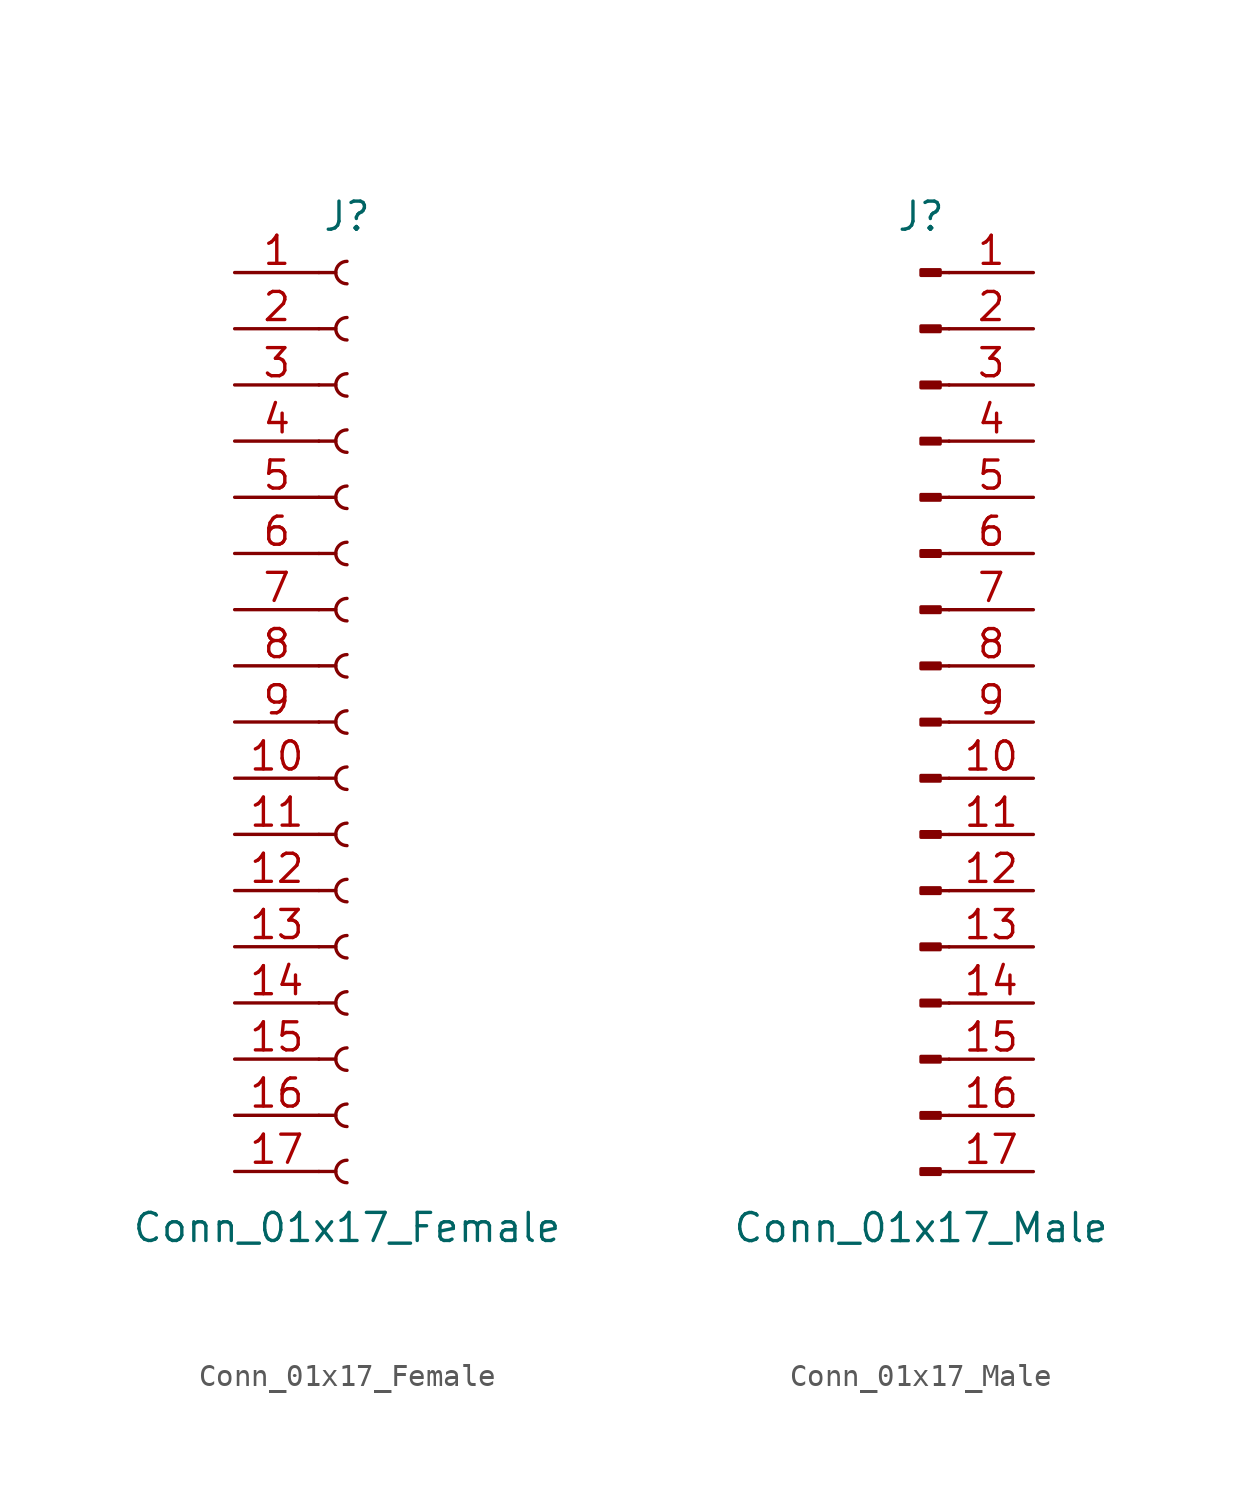
<source format=kicad_sym>
(kicad_symbol_lib
  (version 20220914)
  (generator kicad_symbol_editor)
  (symbol "Conn_01x17_Female"
    (pin_names
      (offset 1.016) hide)
    (property "Reference" "J"
      (at 0 22.86 0)
      (effects (font (size 1.27 1.27))))
    (property "Value" "Conn_01x17_Female"
      (at 0 -22.86 0)
      (effects (font (size 1.27 1.27))))
    (symbol "Conn_01x17_Female_1_1"
      (arc (start 0 -19.812) (mid -0.5058 -20.32) (end 0 -20.828) (stroke (width 0.1524) (type solid)) (fill (type none)))
      (arc (start 0 -17.272) (mid -0.5058 -17.78) (end 0 -18.288) (stroke (width 0.1524) (type solid)) (fill (type none)))
      (arc (start 0 -14.732) (mid -0.5058 -15.24) (end 0 -15.748) (stroke (width 0.1524) (type solid)) (fill (type none)))
      (arc (start 0 -12.192) (mid -0.5058 -12.7) (end 0 -13.208) (stroke (width 0.1524) (type solid)) (fill (type none)))
      (arc (start 0 -9.652) (mid -0.5058 -10.16) (end 0 -10.668) (stroke (width 0.1524) (type solid)) (fill (type none)))
      (arc (start 0 -7.112) (mid -0.5058 -7.62) (end 0 -8.128) (stroke (width 0.1524) (type solid)) (fill (type none)))
      (arc (start 0 -4.572) (mid -0.5058 -5.08) (end 0 -5.588) (stroke (width 0.1524) (type solid)) (fill (type none)))
      (arc (start 0 -2.032) (mid -0.5058 -2.54) (end 0 -3.048) (stroke (width 0.1524) (type solid)) (fill (type none)))
      (polyline (pts (xy -1.27 -20.32) (xy -0.508 -20.32)) (stroke (width 0.152) (type solid)) (fill (type none)))
      (polyline (pts (xy -1.27 -17.78) (xy -0.508 -17.78)) (stroke (width 0.152) (type solid)) (fill (type none)))
      (polyline (pts (xy -1.27 -15.24) (xy -0.508 -15.24)) (stroke (width 0.152) (type solid)) (fill (type none)))
      (polyline (pts (xy -1.27 -12.7) (xy -0.508 -12.7)) (stroke (width 0.152) (type solid)) (fill (type none)))
      (polyline (pts (xy -1.27 -10.16) (xy -0.508 -10.16)) (stroke (width 0.152) (type solid)) (fill (type none)))
      (polyline (pts (xy -1.27 -7.62) (xy -0.508 -7.62)) (stroke (width 0.152) (type solid)) (fill (type none)))
      (polyline (pts (xy -1.27 -5.08) (xy -0.508 -5.08)) (stroke (width 0.152) (type solid)) (fill (type none)))
      (polyline (pts (xy -1.27 -2.54) (xy -0.508 -2.54)) (stroke (width 0.152) (type solid)) (fill (type none)))
      (polyline (pts (xy -1.27 0) (xy -0.508 0)) (stroke (width 0.152) (type solid)) (fill (type none)))
      (polyline (pts (xy -1.27 2.54) (xy -0.508 2.54)) (stroke (width 0.152) (type solid)) (fill (type none)))
      (polyline (pts (xy -1.27 5.08) (xy -0.508 5.08)) (stroke (width 0.152) (type solid)) (fill (type none)))
      (polyline (pts (xy -1.27 7.62) (xy -0.508 7.62)) (stroke (width 0.152) (type solid)) (fill (type none)))
      (polyline (pts (xy -1.27 10.16) (xy -0.508 10.16)) (stroke (width 0.152) (type solid)) (fill (type none)))
      (polyline (pts (xy -1.27 12.7) (xy -0.508 12.7)) (stroke (width 0.152) (type solid)) (fill (type none)))
      (polyline (pts (xy -1.27 15.24) (xy -0.508 15.24)) (stroke (width 0.152) (type solid)) (fill (type none)))
      (polyline (pts (xy -1.27 17.78) (xy -0.508 17.78)) (stroke (width 0.152) (type solid)) (fill (type none)))
      (polyline (pts (xy -1.27 20.32) (xy -0.508 20.32)) (stroke (width 0.152) (type solid)) (fill (type none)))
      (arc (start 0 0.508) (mid -0.5058 0) (end 0 -0.508) (stroke (width 0.1524) (type solid)) (fill (type none)))
      (arc (start 0 3.048) (mid -0.5058 2.54) (end 0 2.032) (stroke (width 0.1524) (type solid)) (fill (type none)))
      (arc (start 0 5.588) (mid -0.5058 5.08) (end 0 4.572) (stroke (width 0.1524) (type solid)) (fill (type none)))
      (arc (start 0 8.128) (mid -0.5058 7.62) (end 0 7.112) (stroke (width 0.1524) (type solid)) (fill (type none)))
      (arc (start 0 10.668) (mid -0.5058 10.16) (end 0 9.652) (stroke (width 0.1524) (type solid)) (fill (type none)))
      (arc (start 0 13.208) (mid -0.5058 12.7) (end 0 12.192) (stroke (width 0.1524) (type solid)) (fill (type none)))
      (arc (start 0 15.748) (mid -0.5058 15.24) (end 0 14.732) (stroke (width 0.1524) (type solid)) (fill (type none)))
      (arc (start 0 18.288) (mid -0.5058 17.78) (end 0 17.272) (stroke (width 0.1524) (type solid)) (fill (type none)))
      (arc (start 0 20.828) (mid -0.5058 20.32) (end 0 19.812) (stroke (width 0.1524) (type solid)) (fill (type none)))
      (pin passive line (at -5.08 20.32 0) (length 3.81) (name "Pin_1" (effects (font (size 1.27 1.27)))) (number "1" (effects (font (size 1.27 1.27)))))
      (pin passive line (at -5.08 -2.54 0) (length 3.81) (name "Pin_10" (effects (font (size 1.27 1.27)))) (number "10" (effects (font (size 1.27 1.27)))))
      (pin passive line (at -5.08 -5.08 0) (length 3.81) (name "Pin_11" (effects (font (size 1.27 1.27)))) (number "11" (effects (font (size 1.27 1.27)))))
      (pin passive line (at -5.08 -7.62 0) (length 3.81) (name "Pin_12" (effects (font (size 1.27 1.27)))) (number "12" (effects (font (size 1.27 1.27)))))
      (pin passive line (at -5.08 -10.16 0) (length 3.81) (name "Pin_13" (effects (font (size 1.27 1.27)))) (number "13" (effects (font (size 1.27 1.27)))))
      (pin passive line (at -5.08 -12.7 0) (length 3.81) (name "Pin_14" (effects (font (size 1.27 1.27)))) (number "14" (effects (font (size 1.27 1.27)))))
      (pin passive line (at -5.08 -15.24 0) (length 3.81) (name "Pin_15" (effects (font (size 1.27 1.27)))) (number "15" (effects (font (size 1.27 1.27)))))
      (pin passive line (at -5.08 -17.78 0) (length 3.81) (name "Pin_16" (effects (font (size 1.27 1.27)))) (number "16" (effects (font (size 1.27 1.27)))))
      (pin passive line (at -5.08 -20.32 0) (length 3.81) (name "Pin_17" (effects (font (size 1.27 1.27)))) (number "17" (effects (font (size 1.27 1.27)))))
      (pin passive line (at -5.08 17.78 0) (length 3.81) (name "Pin_2" (effects (font (size 1.27 1.27)))) (number "2" (effects (font (size 1.27 1.27)))))
      (pin passive line (at -5.08 15.24 0) (length 3.81) (name "Pin_3" (effects (font (size 1.27 1.27)))) (number "3" (effects (font (size 1.27 1.27)))))
      (pin passive line (at -5.08 12.7 0) (length 3.81) (name "Pin_4" (effects (font (size 1.27 1.27)))) (number "4" (effects (font (size 1.27 1.27)))))
      (pin passive line (at -5.08 10.16 0) (length 3.81) (name "Pin_5" (effects (font (size 1.27 1.27)))) (number "5" (effects (font (size 1.27 1.27)))))
      (pin passive line (at -5.08 7.62 0) (length 3.81) (name "Pin_6" (effects (font (size 1.27 1.27)))) (number "6" (effects (font (size 1.27 1.27)))))
      (pin passive line (at -5.08 5.08 0) (length 3.81) (name "Pin_7" (effects (font (size 1.27 1.27)))) (number "7" (effects (font (size 1.27 1.27)))))
      (pin passive line (at -5.08 2.54 0) (length 3.81) (name "Pin_8" (effects (font (size 1.27 1.27)))) (number "8" (effects (font (size 1.27 1.27)))))
      (pin passive line (at -5.08 0 0) (length 3.81) (name "Pin_9" (effects (font (size 1.27 1.27)))) (number "9" (effects (font (size 1.27 1.27)))))))
  (symbol "Conn_01x17_Male"
    (pin_names
      (offset 1.016) hide)
    (property "Reference" "J"
      (at 0 22.86 0)
      (effects (font (size 1.27 1.27))))
    (property "Value" "Conn_01x17_Male"
      (at 0 -22.86 0)
      (effects (font (size 1.27 1.27))))
    (symbol "Conn_01x17_Male_1_1"
      (polyline (pts (xy 1.27 -20.32) (xy 0.864 -20.32)) (stroke (width 0.152) (type solid)) (fill (type none)))
      (polyline (pts (xy 1.27 -17.78) (xy 0.864 -17.78)) (stroke (width 0.152) (type solid)) (fill (type none)))
      (polyline (pts (xy 1.27 -15.24) (xy 0.864 -15.24)) (stroke (width 0.152) (type solid)) (fill (type none)))
      (polyline (pts (xy 1.27 -12.7) (xy 0.864 -12.7)) (stroke (width 0.152) (type solid)) (fill (type none)))
      (polyline (pts (xy 1.27 -10.16) (xy 0.864 -10.16)) (stroke (width 0.152) (type solid)) (fill (type none)))
      (polyline (pts (xy 1.27 -7.62) (xy 0.864 -7.62)) (stroke (width 0.152) (type solid)) (fill (type none)))
      (polyline (pts (xy 1.27 -5.08) (xy 0.864 -5.08)) (stroke (width 0.152) (type solid)) (fill (type none)))
      (polyline (pts (xy 1.27 -2.54) (xy 0.864 -2.54)) (stroke (width 0.152) (type solid)) (fill (type none)))
      (polyline (pts (xy 1.27 0) (xy 0.864 0)) (stroke (width 0.152) (type solid)) (fill (type none)))
      (polyline (pts (xy 1.27 2.54) (xy 0.864 2.54)) (stroke (width 0.152) (type solid)) (fill (type none)))
      (polyline (pts (xy 1.27 5.08) (xy 0.864 5.08)) (stroke (width 0.152) (type solid)) (fill (type none)))
      (polyline (pts (xy 1.27 7.62) (xy 0.864 7.62)) (stroke (width 0.152) (type solid)) (fill (type none)))
      (polyline (pts (xy 1.27 10.16) (xy 0.864 10.16)) (stroke (width 0.152) (type solid)) (fill (type none)))
      (polyline (pts (xy 1.27 12.7) (xy 0.864 12.7)) (stroke (width 0.152) (type solid)) (fill (type none)))
      (polyline (pts (xy 1.27 15.24) (xy 0.864 15.24)) (stroke (width 0.152) (type solid)) (fill (type none)))
      (polyline (pts (xy 1.27 17.78) (xy 0.864 17.78)) (stroke (width 0.152) (type solid)) (fill (type none)))
      (polyline (pts (xy 1.27 20.32) (xy 0.864 20.32)) (stroke (width 0.152) (type solid)) (fill (type none)))
      (rectangle (start 0.864 -20.193) (end 0 -20.447) (stroke (width 0.152) (type solid)) (fill (type outline)))
      (rectangle (start 0.864 -17.653) (end 0 -17.907) (stroke (width 0.152) (type solid)) (fill (type outline)))
      (rectangle (start 0.864 -15.113) (end 0 -15.367) (stroke (width 0.152) (type solid)) (fill (type outline)))
      (rectangle (start 0.864 -12.573) (end 0 -12.827) (stroke (width 0.152) (type solid)) (fill (type outline)))
      (rectangle (start 0.864 -10.033) (end 0 -10.287) (stroke (width 0.152) (type solid)) (fill (type outline)))
      (rectangle (start 0.864 -7.493) (end 0 -7.747) (stroke (width 0.152) (type solid)) (fill (type outline)))
      (rectangle (start 0.864 -4.953) (end 0 -5.207) (stroke (width 0.152) (type solid)) (fill (type outline)))
      (rectangle (start 0.864 -2.413) (end 0 -2.667) (stroke (width 0.152) (type solid)) (fill (type outline)))
      (rectangle (start 0.864 0.127) (end 0 -0.127) (stroke (width 0.152) (type solid)) (fill (type outline)))
      (rectangle (start 0.864 2.667) (end 0 2.413) (stroke (width 0.152) (type solid)) (fill (type outline)))
      (rectangle (start 0.864 5.207) (end 0 4.953) (stroke (width 0.152) (type solid)) (fill (type outline)))
      (rectangle (start 0.864 7.747) (end 0 7.493) (stroke (width 0.152) (type solid)) (fill (type outline)))
      (rectangle (start 0.864 10.287) (end 0 10.033) (stroke (width 0.152) (type solid)) (fill (type outline)))
      (rectangle (start 0.864 12.827) (end 0 12.573) (stroke (width 0.152) (type solid)) (fill (type outline)))
      (rectangle (start 0.864 15.367) (end 0 15.113) (stroke (width 0.152) (type solid)) (fill (type outline)))
      (rectangle (start 0.864 17.907) (end 0 17.653) (stroke (width 0.152) (type solid)) (fill (type outline)))
      (rectangle (start 0.864 20.447) (end 0 20.193) (stroke (width 0.152) (type solid)) (fill (type outline)))
      (pin passive line (at 5.08 20.32 180) (length 3.81) (name "Pin_1" (effects (font (size 1.27 1.27)))) (number "1" (effects (font (size 1.27 1.27)))))
      (pin passive line (at 5.08 -2.54 180) (length 3.81) (name "Pin_10" (effects (font (size 1.27 1.27)))) (number "10" (effects (font (size 1.27 1.27)))))
      (pin passive line (at 5.08 -5.08 180) (length 3.81) (name "Pin_11" (effects (font (size 1.27 1.27)))) (number "11" (effects (font (size 1.27 1.27)))))
      (pin passive line (at 5.08 -7.62 180) (length 3.81) (name "Pin_12" (effects (font (size 1.27 1.27)))) (number "12" (effects (font (size 1.27 1.27)))))
      (pin passive line (at 5.08 -10.16 180) (length 3.81) (name "Pin_13" (effects (font (size 1.27 1.27)))) (number "13" (effects (font (size 1.27 1.27)))))
      (pin passive line (at 5.08 -12.7 180) (length 3.81) (name "Pin_14" (effects (font (size 1.27 1.27)))) (number "14" (effects (font (size 1.27 1.27)))))
      (pin passive line (at 5.08 -15.24 180) (length 3.81) (name "Pin_15" (effects (font (size 1.27 1.27)))) (number "15" (effects (font (size 1.27 1.27)))))
      (pin passive line (at 5.08 -17.78 180) (length 3.81) (name "Pin_16" (effects (font (size 1.27 1.27)))) (number "16" (effects (font (size 1.27 1.27)))))
      (pin passive line (at 5.08 -20.32 180) (length 3.81) (name "Pin_17" (effects (font (size 1.27 1.27)))) (number "17" (effects (font (size 1.27 1.27)))))
      (pin passive line (at 5.08 17.78 180) (length 3.81) (name "Pin_2" (effects (font (size 1.27 1.27)))) (number "2" (effects (font (size 1.27 1.27)))))
      (pin passive line (at 5.08 15.24 180) (length 3.81) (name "Pin_3" (effects (font (size 1.27 1.27)))) (number "3" (effects (font (size 1.27 1.27)))))
      (pin passive line (at 5.08 12.7 180) (length 3.81) (name "Pin_4" (effects (font (size 1.27 1.27)))) (number "4" (effects (font (size 1.27 1.27)))))
      (pin passive line (at 5.08 10.16 180) (length 3.81) (name "Pin_5" (effects (font (size 1.27 1.27)))) (number "5" (effects (font (size 1.27 1.27)))))
      (pin passive line (at 5.08 7.62 180) (length 3.81) (name "Pin_6" (effects (font (size 1.27 1.27)))) (number "6" (effects (font (size 1.27 1.27)))))
      (pin passive line (at 5.08 5.08 180) (length 3.81) (name "Pin_7" (effects (font (size 1.27 1.27)))) (number "7" (effects (font (size 1.27 1.27)))))
      (pin passive line (at 5.08 2.54 180) (length 3.81) (name "Pin_8" (effects (font (size 1.27 1.27)))) (number "8" (effects (font (size 1.27 1.27)))))
      (pin passive line (at 5.08 0 180) (length 3.81) (name "Pin_9" (effects (font (size 1.27 1.27)))) (number "9" (effects (font (size 1.27 1.27))))))))
</source>
